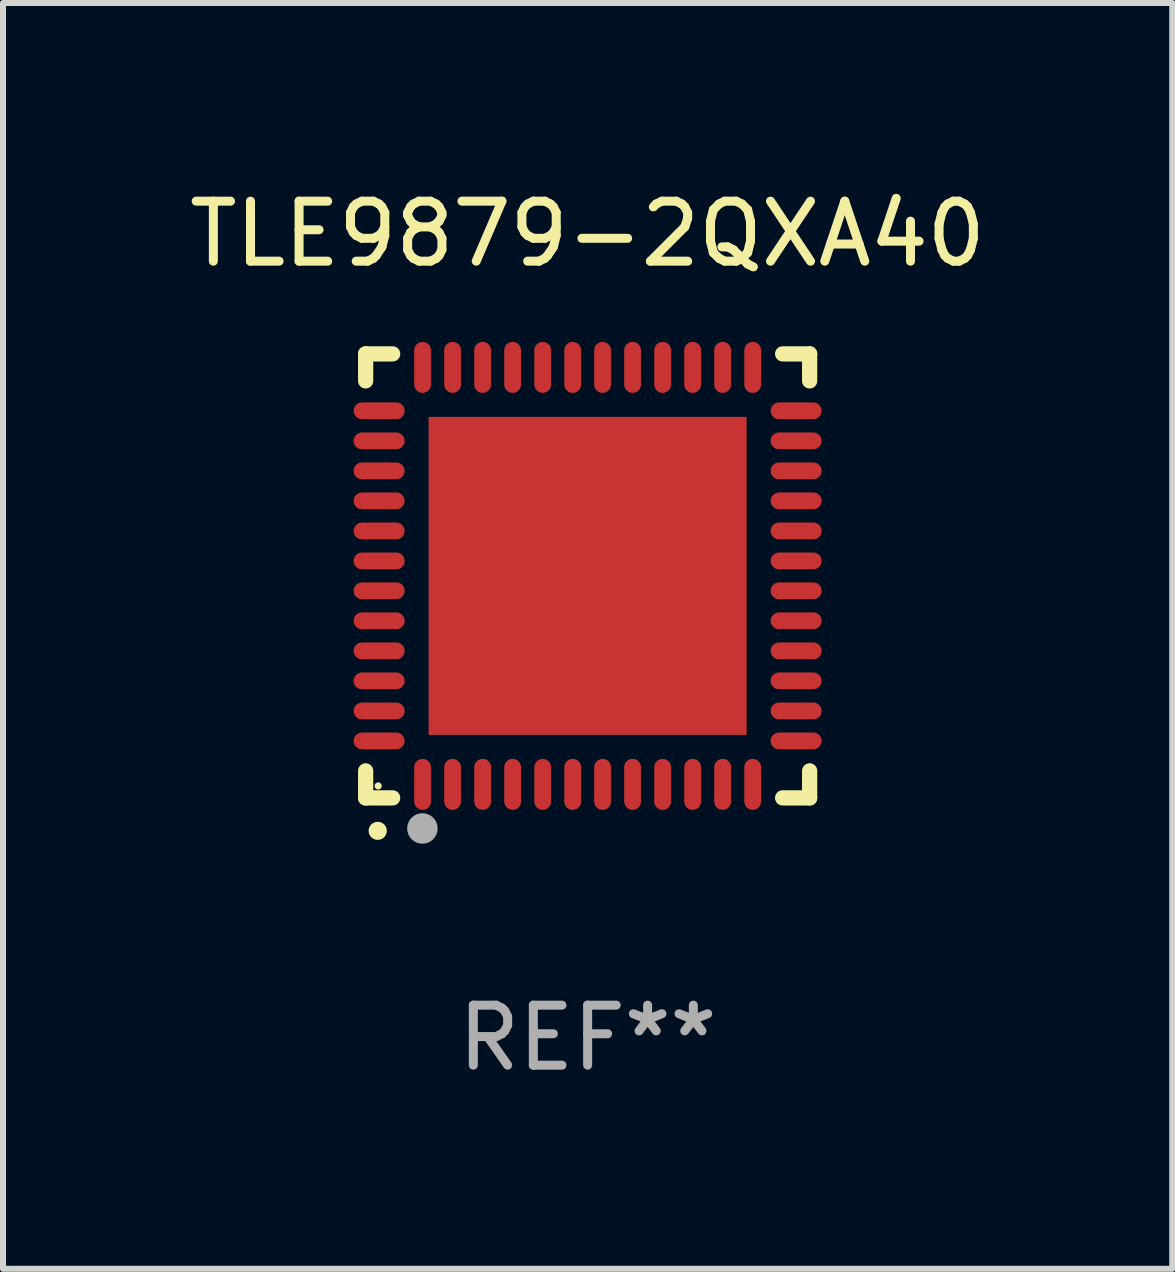
<source format=kicad_pcb>
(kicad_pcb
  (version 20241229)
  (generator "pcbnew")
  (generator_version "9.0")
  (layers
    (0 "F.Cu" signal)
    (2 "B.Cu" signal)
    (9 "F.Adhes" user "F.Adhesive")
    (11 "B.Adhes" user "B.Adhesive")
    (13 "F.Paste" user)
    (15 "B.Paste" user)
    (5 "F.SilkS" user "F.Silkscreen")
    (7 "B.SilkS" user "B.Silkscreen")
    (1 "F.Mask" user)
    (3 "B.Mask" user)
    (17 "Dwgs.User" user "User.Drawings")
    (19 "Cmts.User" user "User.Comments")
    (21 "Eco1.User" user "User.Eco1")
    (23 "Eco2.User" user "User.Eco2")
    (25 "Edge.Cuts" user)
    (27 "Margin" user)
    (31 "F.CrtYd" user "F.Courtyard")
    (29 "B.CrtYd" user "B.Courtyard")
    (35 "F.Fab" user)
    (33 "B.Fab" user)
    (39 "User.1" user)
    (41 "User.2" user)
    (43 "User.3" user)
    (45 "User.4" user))
  (footprint "TLE9879-2QXA40"
    (layer "F.Cu")
    (at 6.744 6.548)
    (property "Reference" "TLE9879-2QXA40" (at 0 -5.7 0) (layer "F.SilkS") (effects (font (size 1 1) (thickness 0.15))))
    (attr through_hole)
    (fp_line (start -3.7 -3.7) (end -3.25 -3.7) (stroke (width 0.254) (type solid)) (layer "F.SilkS"))
    (fp_line (start -3.7 -3.25) (end -3.7 -3.7) (stroke (width 0.254) (type solid)) (layer "F.SilkS"))
    (fp_line (start -3.7 3.7) (end -3.7 3.25) (stroke (width 0.254) (type solid)) (layer "F.SilkS"))
    (fp_line (start -3.25 3.7) (end -3.7 3.7) (stroke (width 0.254) (type solid)) (layer "F.SilkS"))
    (fp_line (start 3.25 3.7) (end 3.7 3.7) (stroke (width 0.254) (type solid)) (layer "F.SilkS"))
    (fp_line (start 3.7 -3.7) (end 3.25 -3.7) (stroke (width 0.254) (type solid)) (layer "F.SilkS"))
    (fp_line (start 3.7 -3.25) (end 3.7 -3.7) (stroke (width 0.254) (type solid)) (layer "F.SilkS"))
    (fp_line (start 3.7 3.7) (end 3.7 3.25) (stroke (width 0.254) (type solid)) (layer "F.SilkS"))
    (fp_arc (start -3.500127 4.249428) (mid -3.498857 4.249423) (end -3.497587 4.249428) (stroke (width 0.3) (type solid)) (layer "F.SilkS"))
    (fp_circle (center -3.491 3.501) (end -3.461 3.501) (stroke (width 0.06) (type solid)) (fill no) (layer "F.SilkS"))
    (fp_circle (center -2.754 4.21) (end -2.627 4.21) (stroke (width 0.254) (type solid)) (fill no) (layer "F.Fab"))
    (fp_text user "REF**" (at 0 7.7 0) (layer "F.Fab") (effects (font (size 1 1) (thickness 0.15))))
    (pad "1" smd oval (at -2.751 3.475) (size 0.28 0.85) (layers "F.Cu" "F.Mask" "F.Paste"))
    (pad "2" smd oval (at -2.251 3.475) (size 0.28 0.85) (layers "F.Cu" "F.Mask" "F.Paste"))
    (pad "3" smd oval (at -1.75 3.475) (size 0.28 0.85) (layers "F.Cu" "F.Mask" "F.Paste"))
    (pad "4" smd oval (at -1.25 3.475) (size 0.28 0.85) (layers "F.Cu" "F.Mask" "F.Paste"))
    (pad "5" smd oval (at -0.749 3.475) (size 0.28 0.85) (layers "F.Cu" "F.Mask" "F.Paste"))
    (pad "6" smd oval (at -0.249 3.475) (size 0.28 0.85) (layers "F.Cu" "F.Mask" "F.Paste"))
    (pad "7" smd oval (at 0.249 3.475) (size 0.28 0.85) (layers "F.Cu" "F.Mask" "F.Paste"))
    (pad "8" smd oval (at 0.749 3.475) (size 0.28 0.85) (layers "F.Cu" "F.Mask" "F.Paste"))
    (pad "9" smd oval (at 1.25 3.475) (size 0.28 0.85) (layers "F.Cu" "F.Mask" "F.Paste"))
    (pad "10" smd oval (at 1.75 3.475) (size 0.28 0.85) (layers "F.Cu" "F.Mask" "F.Paste"))
    (pad "11" smd oval (at 2.25 3.475) (size 0.28 0.85) (layers "F.Cu" "F.Mask" "F.Paste"))
    (pad "12" smd oval (at 2.751 3.475) (size 0.28 0.85) (layers "F.Cu" "F.Mask" "F.Paste"))
    (pad "13" smd oval (at 3.475 2.751) (size 0.85 0.28) (layers "F.Cu" "F.Mask" "F.Paste"))
    (pad "14" smd oval (at 3.475 2.251) (size 0.85 0.28) (layers "F.Cu" "F.Mask" "F.Paste"))
    (pad "15" smd oval (at 3.475 1.75) (size 0.85 0.28) (layers "F.Cu" "F.Mask" "F.Paste"))
    (pad "16" smd oval (at 3.475 1.25) (size 0.85 0.28) (layers "F.Cu" "F.Mask" "F.Paste"))
    (pad "17" smd oval (at 3.475 0.749) (size 0.85 0.28) (layers "F.Cu" "F.Mask" "F.Paste"))
    (pad "18" smd oval (at 3.475 0.249) (size 0.85 0.28) (layers "F.Cu" "F.Mask" "F.Paste"))
    (pad "19" smd oval (at 3.475 -0.249) (size 0.85 0.28) (layers "F.Cu" "F.Mask" "F.Paste"))
    (pad "20" smd oval (at 3.475 -0.749) (size 0.85 0.28) (layers "F.Cu" "F.Mask" "F.Paste"))
    (pad "21" smd oval (at 3.475 -1.25) (size 0.85 0.28) (layers "F.Cu" "F.Mask" "F.Paste"))
    (pad "22" smd oval (at 3.475 -1.75) (size 0.85 0.28) (layers "F.Cu" "F.Mask" "F.Paste"))
    (pad "23" smd oval (at 3.475 -2.25) (size 0.85 0.28) (layers "F.Cu" "F.Mask" "F.Paste"))
    (pad "24" smd oval (at 3.475 -2.751) (size 0.85 0.28) (layers "F.Cu" "F.Mask" "F.Paste"))
    (pad "25" smd oval (at 2.751 -3.475) (size 0.28 0.85) (layers "F.Cu" "F.Mask" "F.Paste"))
    (pad "26" smd oval (at 2.25 -3.475) (size 0.28 0.85) (layers "F.Cu" "F.Mask" "F.Paste"))
    (pad "27" smd oval (at 1.75 -3.475) (size 0.28 0.85) (layers "F.Cu" "F.Mask" "F.Paste"))
    (pad "28" smd oval (at 1.25 -3.475) (size 0.28 0.85) (layers "F.Cu" "F.Mask" "F.Paste"))
    (pad "29" smd oval (at 0.749 -3.475) (size 0.28 0.85) (layers "F.Cu" "F.Mask" "F.Paste"))
    (pad "30" smd oval (at 0.249 -3.475) (size 0.28 0.85) (layers "F.Cu" "F.Mask" "F.Paste"))
    (pad "31" smd oval (at -0.249 -3.475) (size 0.28 0.85) (layers "F.Cu" "F.Mask" "F.Paste"))
    (pad "32" smd oval (at -0.749 -3.475) (size 0.28 0.85) (layers "F.Cu" "F.Mask" "F.Paste"))
    (pad "33" smd oval (at -1.25 -3.475) (size 0.28 0.85) (layers "F.Cu" "F.Mask" "F.Paste"))
    (pad "34" smd oval (at -1.75 -3.475) (size 0.28 0.85) (layers "F.Cu" "F.Mask" "F.Paste"))
    (pad "35" smd oval (at -2.251 -3.475) (size 0.28 0.85) (layers "F.Cu" "F.Mask" "F.Paste"))
    (pad "36" smd oval (at -2.751 -3.475) (size 0.28 0.85) (layers "F.Cu" "F.Mask" "F.Paste"))
    (pad "37" smd oval (at -3.475 -2.751) (size 0.85 0.28) (layers "F.Cu" "F.Mask" "F.Paste"))
    (pad "38" smd oval (at -3.475 -2.25) (size 0.85 0.28) (layers "F.Cu" "F.Mask" "F.Paste"))
    (pad "39" smd oval (at -3.475 -1.75) (size 0.85 0.28) (layers "F.Cu" "F.Mask" "F.Paste"))
    (pad "40" smd oval (at -3.475 -1.25) (size 0.85 0.28) (layers "F.Cu" "F.Mask" "F.Paste"))
    (pad "41" smd oval (at -3.475 -0.749) (size 0.85 0.28) (layers "F.Cu" "F.Mask" "F.Paste"))
    (pad "42" smd oval (at -3.475 -0.249) (size 0.85 0.28) (layers "F.Cu" "F.Mask" "F.Paste"))
    (pad "43" smd oval (at -3.475 0.249) (size 0.85 0.28) (layers "F.Cu" "F.Mask" "F.Paste"))
    (pad "44" smd oval (at -3.475 0.749) (size 0.85 0.28) (layers "F.Cu" "F.Mask" "F.Paste"))
    (pad "45" smd oval (at -3.475 1.25) (size 0.85 0.28) (layers "F.Cu" "F.Mask" "F.Paste"))
    (pad "46" smd oval (at -3.475 1.75) (size 0.85 0.28) (layers "F.Cu" "F.Mask" "F.Paste"))
    (pad "47" smd oval (at -3.475 2.251) (size 0.85 0.28) (layers "F.Cu" "F.Mask" "F.Paste"))
    (pad "48" smd oval (at -3.475 2.751) (size 0.85 0.28) (layers "F.Cu" "F.Mask" "F.Paste"))
    (pad "49" smd rect (at -0.000102 0.000102) (size 5.3 5.3) (layers "F.Cu" "F.Mask" "F.Paste")))
  (gr_rect
    (start -3 -3)
    (end 16.488 18.097)
    (stroke (width 0.1) (type default))
    (fill no)
    (layer "Edge.Cuts")))
</source>
